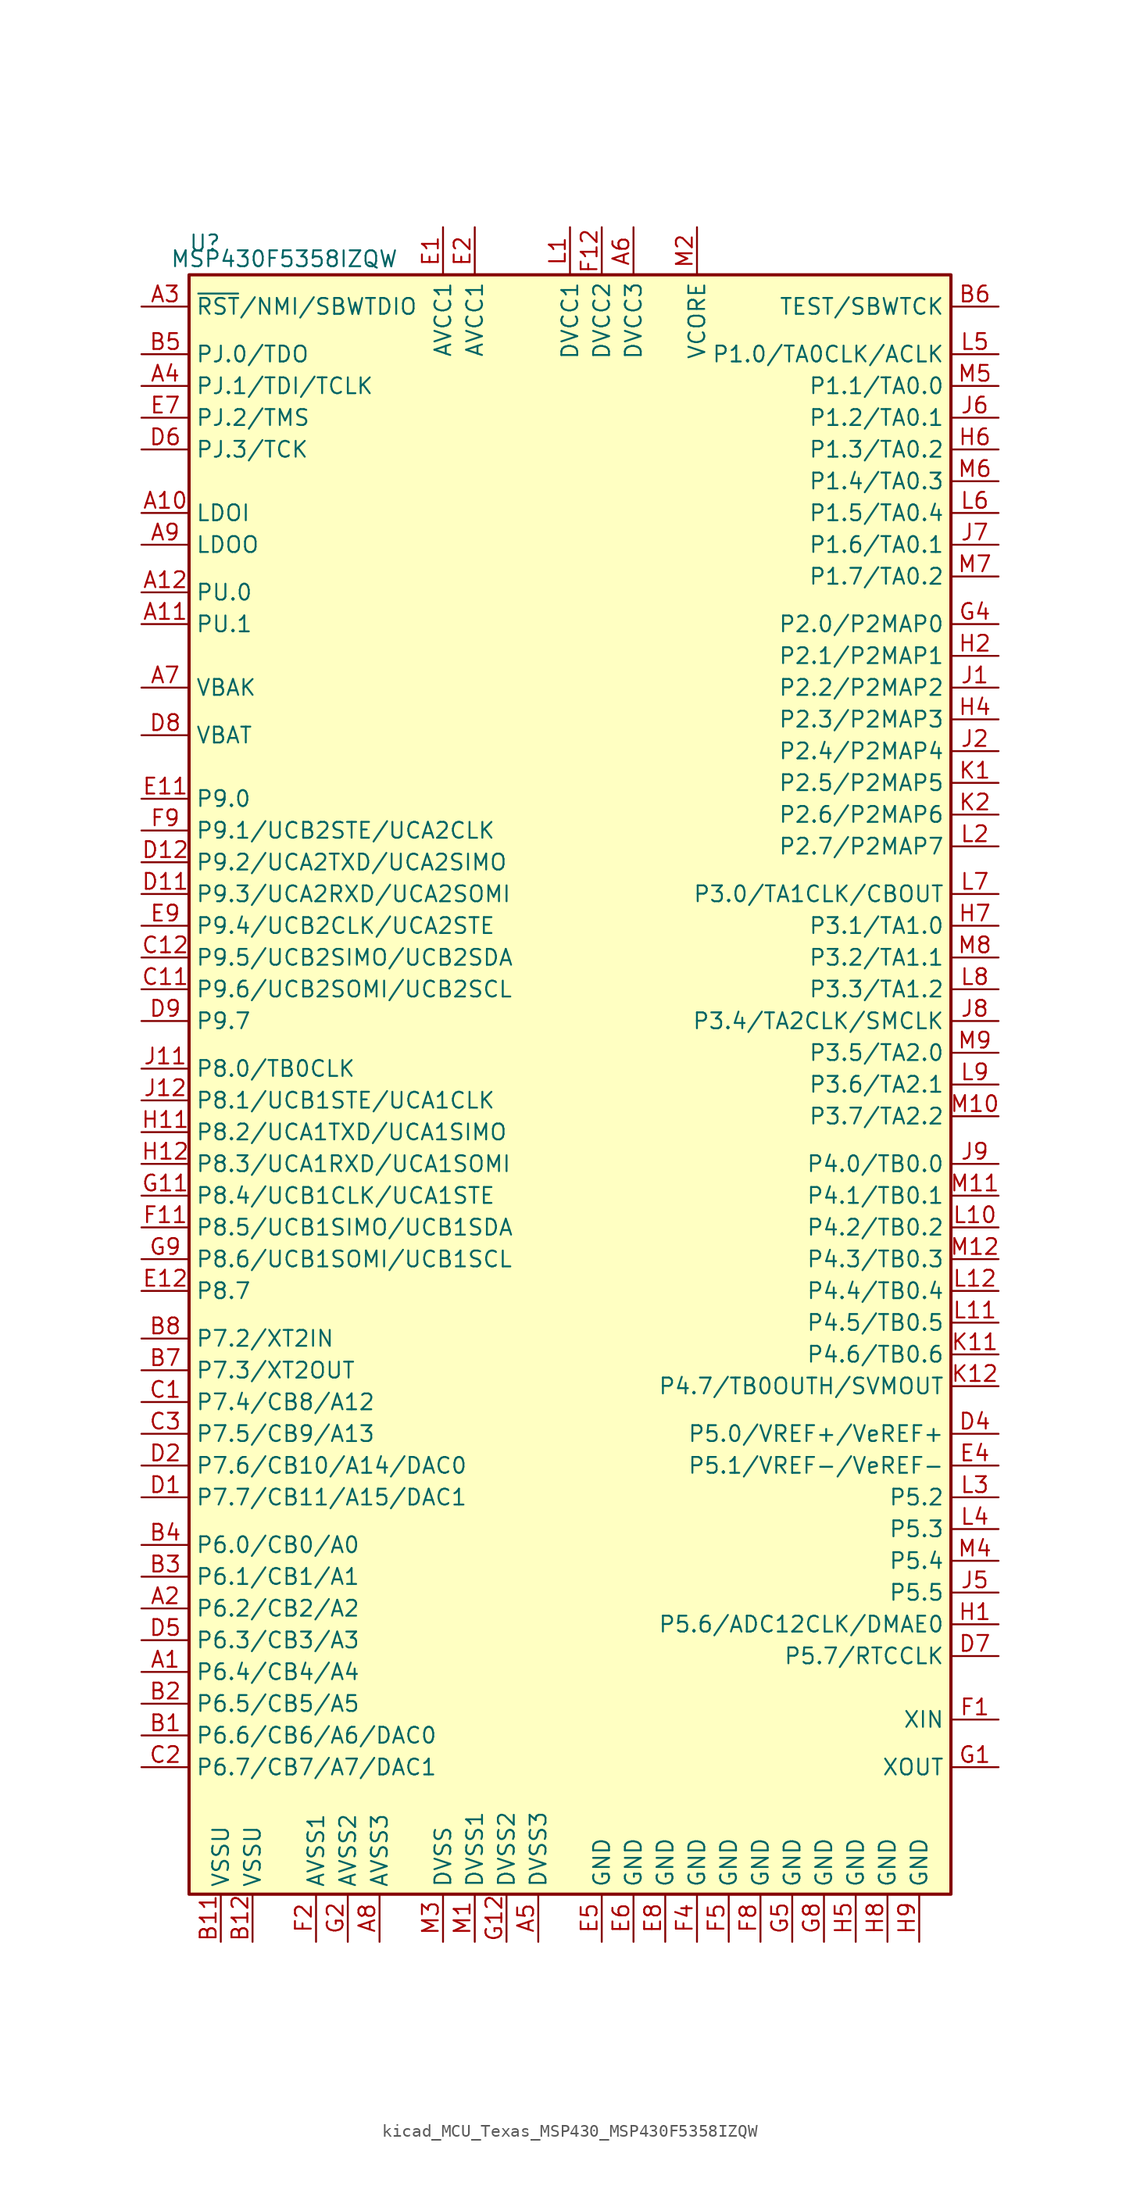
<source format=kicad_sym>
(kicad_symbol_lib
  (version 20220914)
  (generator kicad_symbol_editor)
  (symbol "kicad_MCU_Texas_MSP430_MSP430F5358IZQW"
    (property "Reference" "U"
      (at -29.21 68.58 0)
      (effects (font (size 1.27 1.27))))
    (property "Value" "MSP430F5358IZQW"
      (at -22.86 67.31 0)
      (effects (font (size 1.27 1.27))))
    (symbol "kicad_MCU_Texas_MSP430_MSP430F5358IZQW_0_1"
      (rectangle (start -30.48 66.04) (end 30.48 -63.5) (stroke (width 0.254) (type default)) (fill (type background))))
    (symbol "kicad_MCU_Texas_MSP430_MSP430F5358IZQW_1_1"
      (pin bidirectional line (at -34.29 -45.72 0) (length 3.81) (name "P6.4/CB4/A4" (effects (font (size 1.27 1.27)))) (number "A1" (effects (font (size 1.27 1.27)))))
      (pin bidirectional line (at -34.29 46.99 0) (length 3.81) (name "LDOI" (effects (font (size 1.27 1.27)))) (number "A10" (effects (font (size 1.27 1.27)))))
      (pin bidirectional line (at -34.29 38.1 0) (length 3.81) (name "PU.1" (effects (font (size 1.27 1.27)))) (number "A11" (effects (font (size 1.27 1.27)))))
      (pin bidirectional line (at -34.29 40.64 0) (length 3.81) (name "PU.0" (effects (font (size 1.27 1.27)))) (number "A12" (effects (font (size 1.27 1.27)))))
      (pin bidirectional line (at -34.29 -40.64 0) (length 3.81) (name "P6.2/CB2/A2" (effects (font (size 1.27 1.27)))) (number "A2" (effects (font (size 1.27 1.27)))))
      (pin input line (at -34.29 63.5 0) (length 3.81) (name "~{RST}/NMI/SBWTDIO" (effects (font (size 1.27 1.27)))) (number "A3" (effects (font (size 1.27 1.27)))))
      (pin bidirectional line (at -34.29 57.15 0) (length 3.81) (name "PJ.1/TDI/TCLK" (effects (font (size 1.27 1.27)))) (number "A4" (effects (font (size 1.27 1.27)))))
      (pin power_in line (at -2.54 -67.31 90) (length 3.81) (name "DVSS3" (effects (font (size 1.27 1.27)))) (number "A5" (effects (font (size 1.27 1.27)))))
      (pin power_in line (at 5.08 69.85 270) (length 3.81) (name "DVCC3" (effects (font (size 1.27 1.27)))) (number "A6" (effects (font (size 1.27 1.27)))))
      (pin bidirectional line (at -34.29 33.02 0) (length 3.81) (name "VBAK" (effects (font (size 1.27 1.27)))) (number "A7" (effects (font (size 1.27 1.27)))))
      (pin power_in line (at -15.24 -67.31 90) (length 3.81) (name "AVSS3" (effects (font (size 1.27 1.27)))) (number "A8" (effects (font (size 1.27 1.27)))))
      (pin bidirectional line (at -34.29 44.45 0) (length 3.81) (name "LDOO" (effects (font (size 1.27 1.27)))) (number "A9" (effects (font (size 1.27 1.27)))))
      (pin bidirectional line (at -34.29 -50.8 0) (length 3.81) (name "P6.6/CB6/A6/DAC0" (effects (font (size 1.27 1.27)))) (number "B1" (effects (font (size 1.27 1.27)))))
      (pin power_in line (at -27.94 -67.31 90) (length 3.81) (name "VSSU" (effects (font (size 1.27 1.27)))) (number "B11" (effects (font (size 1.27 1.27)))))
      (pin power_in line (at -25.4 -67.31 90) (length 3.81) (name "VSSU" (effects (font (size 1.27 1.27)))) (number "B12" (effects (font (size 1.27 1.27)))))
      (pin bidirectional line (at -34.29 -48.26 0) (length 3.81) (name "P6.5/CB5/A5" (effects (font (size 1.27 1.27)))) (number "B2" (effects (font (size 1.27 1.27)))))
      (pin bidirectional line (at -34.29 -38.1 0) (length 3.81) (name "P6.1/CB1/A1" (effects (font (size 1.27 1.27)))) (number "B3" (effects (font (size 1.27 1.27)))))
      (pin bidirectional line (at -34.29 -35.56 0) (length 3.81) (name "P6.0/CB0/A0" (effects (font (size 1.27 1.27)))) (number "B4" (effects (font (size 1.27 1.27)))))
      (pin bidirectional line (at -34.29 59.69 0) (length 3.81) (name "PJ.0/TDO" (effects (font (size 1.27 1.27)))) (number "B5" (effects (font (size 1.27 1.27)))))
      (pin input line (at 34.29 63.5 180) (length 3.81) (name "TEST/SBWTCK" (effects (font (size 1.27 1.27)))) (number "B6" (effects (font (size 1.27 1.27)))))
      (pin bidirectional line (at -34.29 -21.59 0) (length 3.81) (name "P7.3/XT2OUT" (effects (font (size 1.27 1.27)))) (number "B7" (effects (font (size 1.27 1.27)))))
      (pin bidirectional line (at -34.29 -19.05 0) (length 3.81) (name "P7.2/XT2IN" (effects (font (size 1.27 1.27)))) (number "B8" (effects (font (size 1.27 1.27)))))
      (pin bidirectional line (at -34.29 -24.13 0) (length 3.81) (name "P7.4/CB8/A12" (effects (font (size 1.27 1.27)))) (number "C1" (effects (font (size 1.27 1.27)))))
      (pin bidirectional line (at -34.29 8.89 0) (length 3.81) (name "P9.6/UCB2SOMI/UCB2SCL" (effects (font (size 1.27 1.27)))) (number "C11" (effects (font (size 1.27 1.27)))))
      (pin bidirectional line (at -34.29 11.43 0) (length 3.81) (name "P9.5/UCB2SIMO/UCB2SDA" (effects (font (size 1.27 1.27)))) (number "C12" (effects (font (size 1.27 1.27)))))
      (pin bidirectional line (at -34.29 -53.34 0) (length 3.81) (name "P6.7/CB7/A7/DAC1" (effects (font (size 1.27 1.27)))) (number "C2" (effects (font (size 1.27 1.27)))))
      (pin bidirectional line (at -34.29 -26.67 0) (length 3.81) (name "P7.5/CB9/A13" (effects (font (size 1.27 1.27)))) (number "C3" (effects (font (size 1.27 1.27)))))
      (pin bidirectional line (at -34.29 -31.75 0) (length 3.81) (name "P7.7/CB11/A15/DAC1" (effects (font (size 1.27 1.27)))) (number "D1" (effects (font (size 1.27 1.27)))))
      (pin bidirectional line (at -34.29 16.51 0) (length 3.81) (name "P9.3/UCA2RXD/UCA2SOMI" (effects (font (size 1.27 1.27)))) (number "D11" (effects (font (size 1.27 1.27)))))
      (pin bidirectional line (at -34.29 19.05 0) (length 3.81) (name "P9.2/UCA2TXD/UCA2SIMO" (effects (font (size 1.27 1.27)))) (number "D12" (effects (font (size 1.27 1.27)))))
      (pin bidirectional line (at -34.29 -29.21 0) (length 3.81) (name "P7.6/CB10/A14/DAC0" (effects (font (size 1.27 1.27)))) (number "D2" (effects (font (size 1.27 1.27)))))
      (pin bidirectional line (at 34.29 -26.67 180) (length 3.81) (name "P5.0/VREF+/VeREF+" (effects (font (size 1.27 1.27)))) (number "D4" (effects (font (size 1.27 1.27)))))
      (pin bidirectional line (at -34.29 -43.18 0) (length 3.81) (name "P6.3/CB3/A3" (effects (font (size 1.27 1.27)))) (number "D5" (effects (font (size 1.27 1.27)))))
      (pin bidirectional line (at -34.29 52.07 0) (length 3.81) (name "PJ.3/TCK" (effects (font (size 1.27 1.27)))) (number "D6" (effects (font (size 1.27 1.27)))))
      (pin bidirectional line (at 34.29 -44.45 180) (length 3.81) (name "P5.7/RTCCLK" (effects (font (size 1.27 1.27)))) (number "D7" (effects (font (size 1.27 1.27)))))
      (pin bidirectional line (at -34.29 29.21 0) (length 3.81) (name "VBAT" (effects (font (size 1.27 1.27)))) (number "D8" (effects (font (size 1.27 1.27)))))
      (pin bidirectional line (at -34.29 6.35 0) (length 3.81) (name "P9.7" (effects (font (size 1.27 1.27)))) (number "D9" (effects (font (size 1.27 1.27)))))
      (pin power_in line (at -10.16 69.85 270) (length 3.81) (name "AVCC1" (effects (font (size 1.27 1.27)))) (number "E1" (effects (font (size 1.27 1.27)))))
      (pin bidirectional line (at -34.29 24.13 0) (length 3.81) (name "P9.0" (effects (font (size 1.27 1.27)))) (number "E11" (effects (font (size 1.27 1.27)))))
      (pin bidirectional line (at -34.29 -15.24 0) (length 3.81) (name "P8.7" (effects (font (size 1.27 1.27)))) (number "E12" (effects (font (size 1.27 1.27)))))
      (pin power_in line (at -7.62 69.85 270) (length 3.81) (name "AVCC1" (effects (font (size 1.27 1.27)))) (number "E2" (effects (font (size 1.27 1.27)))))
      (pin bidirectional line (at 34.29 -29.21 180) (length 3.81) (name "P5.1/VREF-/VeREF-" (effects (font (size 1.27 1.27)))) (number "E4" (effects (font (size 1.27 1.27)))))
      (pin power_in line (at 2.54 -67.31 90) (length 3.81) (name "GND" (effects (font (size 1.27 1.27)))) (number "E5" (effects (font (size 1.27 1.27)))))
      (pin power_in line (at 5.08 -67.31 90) (length 3.81) (name "GND" (effects (font (size 1.27 1.27)))) (number "E6" (effects (font (size 1.27 1.27)))))
      (pin bidirectional line (at -34.29 54.61 0) (length 3.81) (name "PJ.2/TMS" (effects (font (size 1.27 1.27)))) (number "E7" (effects (font (size 1.27 1.27)))))
      (pin power_in line (at 7.62 -67.31 90) (length 3.81) (name "GND" (effects (font (size 1.27 1.27)))) (number "E8" (effects (font (size 1.27 1.27)))))
      (pin bidirectional line (at -34.29 13.97 0) (length 3.81) (name "P9.4/UCB2CLK/UCA2STE" (effects (font (size 1.27 1.27)))) (number "E9" (effects (font (size 1.27 1.27)))))
      (pin bidirectional line (at 34.29 -49.53 180) (length 3.81) (name "XIN" (effects (font (size 1.27 1.27)))) (number "F1" (effects (font (size 1.27 1.27)))))
      (pin bidirectional line (at -34.29 -10.16 0) (length 3.81) (name "P8.5/UCB1SIMO/UCB1SDA" (effects (font (size 1.27 1.27)))) (number "F11" (effects (font (size 1.27 1.27)))))
      (pin power_in line (at 2.54 69.85 270) (length 3.81) (name "DVCC2" (effects (font (size 1.27 1.27)))) (number "F12" (effects (font (size 1.27 1.27)))))
      (pin power_in line (at -20.32 -67.31 90) (length 3.81) (name "AVSS1" (effects (font (size 1.27 1.27)))) (number "F2" (effects (font (size 1.27 1.27)))))
      (pin power_in line (at 10.16 -67.31 90) (length 3.81) (name "GND" (effects (font (size 1.27 1.27)))) (number "F4" (effects (font (size 1.27 1.27)))))
      (pin power_in line (at 12.7 -67.31 90) (length 3.81) (name "GND" (effects (font (size 1.27 1.27)))) (number "F5" (effects (font (size 1.27 1.27)))))
      (pin power_in line (at 15.24 -67.31 90) (length 3.81) (name "GND" (effects (font (size 1.27 1.27)))) (number "F8" (effects (font (size 1.27 1.27)))))
      (pin bidirectional line (at -34.29 21.59 0) (length 3.81) (name "P9.1/UCB2STE/UCA2CLK" (effects (font (size 1.27 1.27)))) (number "F9" (effects (font (size 1.27 1.27)))))
      (pin bidirectional line (at 34.29 -53.34 180) (length 3.81) (name "XOUT" (effects (font (size 1.27 1.27)))) (number "G1" (effects (font (size 1.27 1.27)))))
      (pin bidirectional line (at -34.29 -7.62 0) (length 3.81) (name "P8.4/UCB1CLK/UCA1STE" (effects (font (size 1.27 1.27)))) (number "G11" (effects (font (size 1.27 1.27)))))
      (pin power_in line (at -5.08 -67.31 90) (length 3.81) (name "DVSS2" (effects (font (size 1.27 1.27)))) (number "G12" (effects (font (size 1.27 1.27)))))
      (pin power_in line (at -17.78 -67.31 90) (length 3.81) (name "AVSS2" (effects (font (size 1.27 1.27)))) (number "G2" (effects (font (size 1.27 1.27)))))
      (pin bidirectional line (at 34.29 38.1 180) (length 3.81) (name "P2.0/P2MAP0" (effects (font (size 1.27 1.27)))) (number "G4" (effects (font (size 1.27 1.27)))))
      (pin power_in line (at 17.78 -67.31 90) (length 3.81) (name "GND" (effects (font (size 1.27 1.27)))) (number "G5" (effects (font (size 1.27 1.27)))))
      (pin power_in line (at 20.32 -67.31 90) (length 3.81) (name "GND" (effects (font (size 1.27 1.27)))) (number "G8" (effects (font (size 1.27 1.27)))))
      (pin bidirectional line (at -34.29 -12.7 0) (length 3.81) (name "P8.6/UCB1SOMI/UCB1SCL" (effects (font (size 1.27 1.27)))) (number "G9" (effects (font (size 1.27 1.27)))))
      (pin bidirectional line (at 34.29 -41.91 180) (length 3.81) (name "P5.6/ADC12CLK/DMAE0" (effects (font (size 1.27 1.27)))) (number "H1" (effects (font (size 1.27 1.27)))))
      (pin bidirectional line (at -34.29 -2.54 0) (length 3.81) (name "P8.2/UCA1TXD/UCA1SIMO" (effects (font (size 1.27 1.27)))) (number "H11" (effects (font (size 1.27 1.27)))))
      (pin bidirectional line (at -34.29 -5.08 0) (length 3.81) (name "P8.3/UCA1RXD/UCA1SOMI" (effects (font (size 1.27 1.27)))) (number "H12" (effects (font (size 1.27 1.27)))))
      (pin bidirectional line (at 34.29 35.56 180) (length 3.81) (name "P2.1/P2MAP1" (effects (font (size 1.27 1.27)))) (number "H2" (effects (font (size 1.27 1.27)))))
      (pin bidirectional line (at 34.29 30.48 180) (length 3.81) (name "P2.3/P2MAP3" (effects (font (size 1.27 1.27)))) (number "H4" (effects (font (size 1.27 1.27)))))
      (pin power_in line (at 22.86 -67.31 90) (length 3.81) (name "GND" (effects (font (size 1.27 1.27)))) (number "H5" (effects (font (size 1.27 1.27)))))
      (pin bidirectional line (at 34.29 52.07 180) (length 3.81) (name "P1.3/TA0.2" (effects (font (size 1.27 1.27)))) (number "H6" (effects (font (size 1.27 1.27)))))
      (pin bidirectional line (at 34.29 13.97 180) (length 3.81) (name "P3.1/TA1.0" (effects (font (size 1.27 1.27)))) (number "H7" (effects (font (size 1.27 1.27)))))
      (pin power_in line (at 25.4 -67.31 90) (length 3.81) (name "GND" (effects (font (size 1.27 1.27)))) (number "H8" (effects (font (size 1.27 1.27)))))
      (pin power_in line (at 27.94 -67.31 90) (length 3.81) (name "GND" (effects (font (size 1.27 1.27)))) (number "H9" (effects (font (size 1.27 1.27)))))
      (pin bidirectional line (at 34.29 33.02 180) (length 3.81) (name "P2.2/P2MAP2" (effects (font (size 1.27 1.27)))) (number "J1" (effects (font (size 1.27 1.27)))))
      (pin bidirectional line (at -34.29 2.54 0) (length 3.81) (name "P8.0/TB0CLK" (effects (font (size 1.27 1.27)))) (number "J11" (effects (font (size 1.27 1.27)))))
      (pin bidirectional line (at -34.29 0 0) (length 3.81) (name "P8.1/UCB1STE/UCA1CLK" (effects (font (size 1.27 1.27)))) (number "J12" (effects (font (size 1.27 1.27)))))
      (pin bidirectional line (at 34.29 27.94 180) (length 3.81) (name "P2.4/P2MAP4" (effects (font (size 1.27 1.27)))) (number "J2" (effects (font (size 1.27 1.27)))))
      (pin bidirectional line (at 34.29 -39.37 180) (length 3.81) (name "P5.5" (effects (font (size 1.27 1.27)))) (number "J5" (effects (font (size 1.27 1.27)))))
      (pin bidirectional line (at 34.29 54.61 180) (length 3.81) (name "P1.2/TA0.1" (effects (font (size 1.27 1.27)))) (number "J6" (effects (font (size 1.27 1.27)))))
      (pin bidirectional line (at 34.29 44.45 180) (length 3.81) (name "P1.6/TA0.1" (effects (font (size 1.27 1.27)))) (number "J7" (effects (font (size 1.27 1.27)))))
      (pin bidirectional line (at 34.29 6.35 180) (length 3.81) (name "P3.4/TA2CLK/SMCLK" (effects (font (size 1.27 1.27)))) (number "J8" (effects (font (size 1.27 1.27)))))
      (pin bidirectional line (at 34.29 -5.08 180) (length 3.81) (name "P4.0/TB0.0" (effects (font (size 1.27 1.27)))) (number "J9" (effects (font (size 1.27 1.27)))))
      (pin bidirectional line (at 34.29 25.4 180) (length 3.81) (name "P2.5/P2MAP5" (effects (font (size 1.27 1.27)))) (number "K1" (effects (font (size 1.27 1.27)))))
      (pin bidirectional line (at 34.29 -20.32 180) (length 3.81) (name "P4.6/TB0.6" (effects (font (size 1.27 1.27)))) (number "K11" (effects (font (size 1.27 1.27)))))
      (pin bidirectional line (at 34.29 -22.86 180) (length 3.81) (name "P4.7/TB0OUTH/SVMOUT" (effects (font (size 1.27 1.27)))) (number "K12" (effects (font (size 1.27 1.27)))))
      (pin bidirectional line (at 34.29 22.86 180) (length 3.81) (name "P2.6/P2MAP6" (effects (font (size 1.27 1.27)))) (number "K2" (effects (font (size 1.27 1.27)))))
      (pin power_in line (at 0 69.85 270) (length 3.81) (name "DVCC1" (effects (font (size 1.27 1.27)))) (number "L1" (effects (font (size 1.27 1.27)))))
      (pin bidirectional line (at 34.29 -10.16 180) (length 3.81) (name "P4.2/TB0.2" (effects (font (size 1.27 1.27)))) (number "L10" (effects (font (size 1.27 1.27)))))
      (pin bidirectional line (at 34.29 -17.78 180) (length 3.81) (name "P4.5/TB0.5" (effects (font (size 1.27 1.27)))) (number "L11" (effects (font (size 1.27 1.27)))))
      (pin bidirectional line (at 34.29 -15.24 180) (length 3.81) (name "P4.4/TB0.4" (effects (font (size 1.27 1.27)))) (number "L12" (effects (font (size 1.27 1.27)))))
      (pin bidirectional line (at 34.29 20.32 180) (length 3.81) (name "P2.7/P2MAP7" (effects (font (size 1.27 1.27)))) (number "L2" (effects (font (size 1.27 1.27)))))
      (pin bidirectional line (at 34.29 -31.75 180) (length 3.81) (name "P5.2" (effects (font (size 1.27 1.27)))) (number "L3" (effects (font (size 1.27 1.27)))))
      (pin bidirectional line (at 34.29 -34.29 180) (length 3.81) (name "P5.3" (effects (font (size 1.27 1.27)))) (number "L4" (effects (font (size 1.27 1.27)))))
      (pin bidirectional line (at 34.29 59.69 180) (length 3.81) (name "P1.0/TA0CLK/ACLK" (effects (font (size 1.27 1.27)))) (number "L5" (effects (font (size 1.27 1.27)))))
      (pin bidirectional line (at 34.29 46.99 180) (length 3.81) (name "P1.5/TA0.4" (effects (font (size 1.27 1.27)))) (number "L6" (effects (font (size 1.27 1.27)))))
      (pin bidirectional line (at 34.29 16.51 180) (length 3.81) (name "P3.0/TA1CLK/CBOUT" (effects (font (size 1.27 1.27)))) (number "L7" (effects (font (size 1.27 1.27)))))
      (pin bidirectional line (at 34.29 8.89 180) (length 3.81) (name "P3.3/TA1.2" (effects (font (size 1.27 1.27)))) (number "L8" (effects (font (size 1.27 1.27)))))
      (pin bidirectional line (at 34.29 1.27 180) (length 3.81) (name "P3.6/TA2.1" (effects (font (size 1.27 1.27)))) (number "L9" (effects (font (size 1.27 1.27)))))
      (pin power_in line (at -7.62 -67.31 90) (length 3.81) (name "DVSS1" (effects (font (size 1.27 1.27)))) (number "M1" (effects (font (size 1.27 1.27)))))
      (pin bidirectional line (at 34.29 -1.27 180) (length 3.81) (name "P3.7/TA2.2" (effects (font (size 1.27 1.27)))) (number "M10" (effects (font (size 1.27 1.27)))))
      (pin bidirectional line (at 34.29 -7.62 180) (length 3.81) (name "P4.1/TB0.1" (effects (font (size 1.27 1.27)))) (number "M11" (effects (font (size 1.27 1.27)))))
      (pin bidirectional line (at 34.29 -12.7 180) (length 3.81) (name "P4.3/TB0.3" (effects (font (size 1.27 1.27)))) (number "M12" (effects (font (size 1.27 1.27)))))
      (pin bidirectional line (at 10.16 69.85 270) (length 3.81) (name "VCORE" (effects (font (size 1.27 1.27)))) (number "M2" (effects (font (size 1.27 1.27)))))
      (pin power_in line (at -10.16 -67.31 90) (length 3.81) (name "DVSS" (effects (font (size 1.27 1.27)))) (number "M3" (effects (font (size 1.27 1.27)))))
      (pin bidirectional line (at 34.29 -36.83 180) (length 3.81) (name "P5.4" (effects (font (size 1.27 1.27)))) (number "M4" (effects (font (size 1.27 1.27)))))
      (pin bidirectional line (at 34.29 57.15 180) (length 3.81) (name "P1.1/TA0.0" (effects (font (size 1.27 1.27)))) (number "M5" (effects (font (size 1.27 1.27)))))
      (pin bidirectional line (at 34.29 49.53 180) (length 3.81) (name "P1.4/TA0.3" (effects (font (size 1.27 1.27)))) (number "M6" (effects (font (size 1.27 1.27)))))
      (pin bidirectional line (at 34.29 41.91 180) (length 3.81) (name "P1.7/TA0.2" (effects (font (size 1.27 1.27)))) (number "M7" (effects (font (size 1.27 1.27)))))
      (pin bidirectional line (at 34.29 11.43 180) (length 3.81) (name "P3.2/TA1.1" (effects (font (size 1.27 1.27)))) (number "M8" (effects (font (size 1.27 1.27)))))
      (pin bidirectional line (at 34.29 3.81 180) (length 3.81) (name "P3.5/TA2.0" (effects (font (size 1.27 1.27)))) (number "M9" (effects (font (size 1.27 1.27))))))))
</source>
